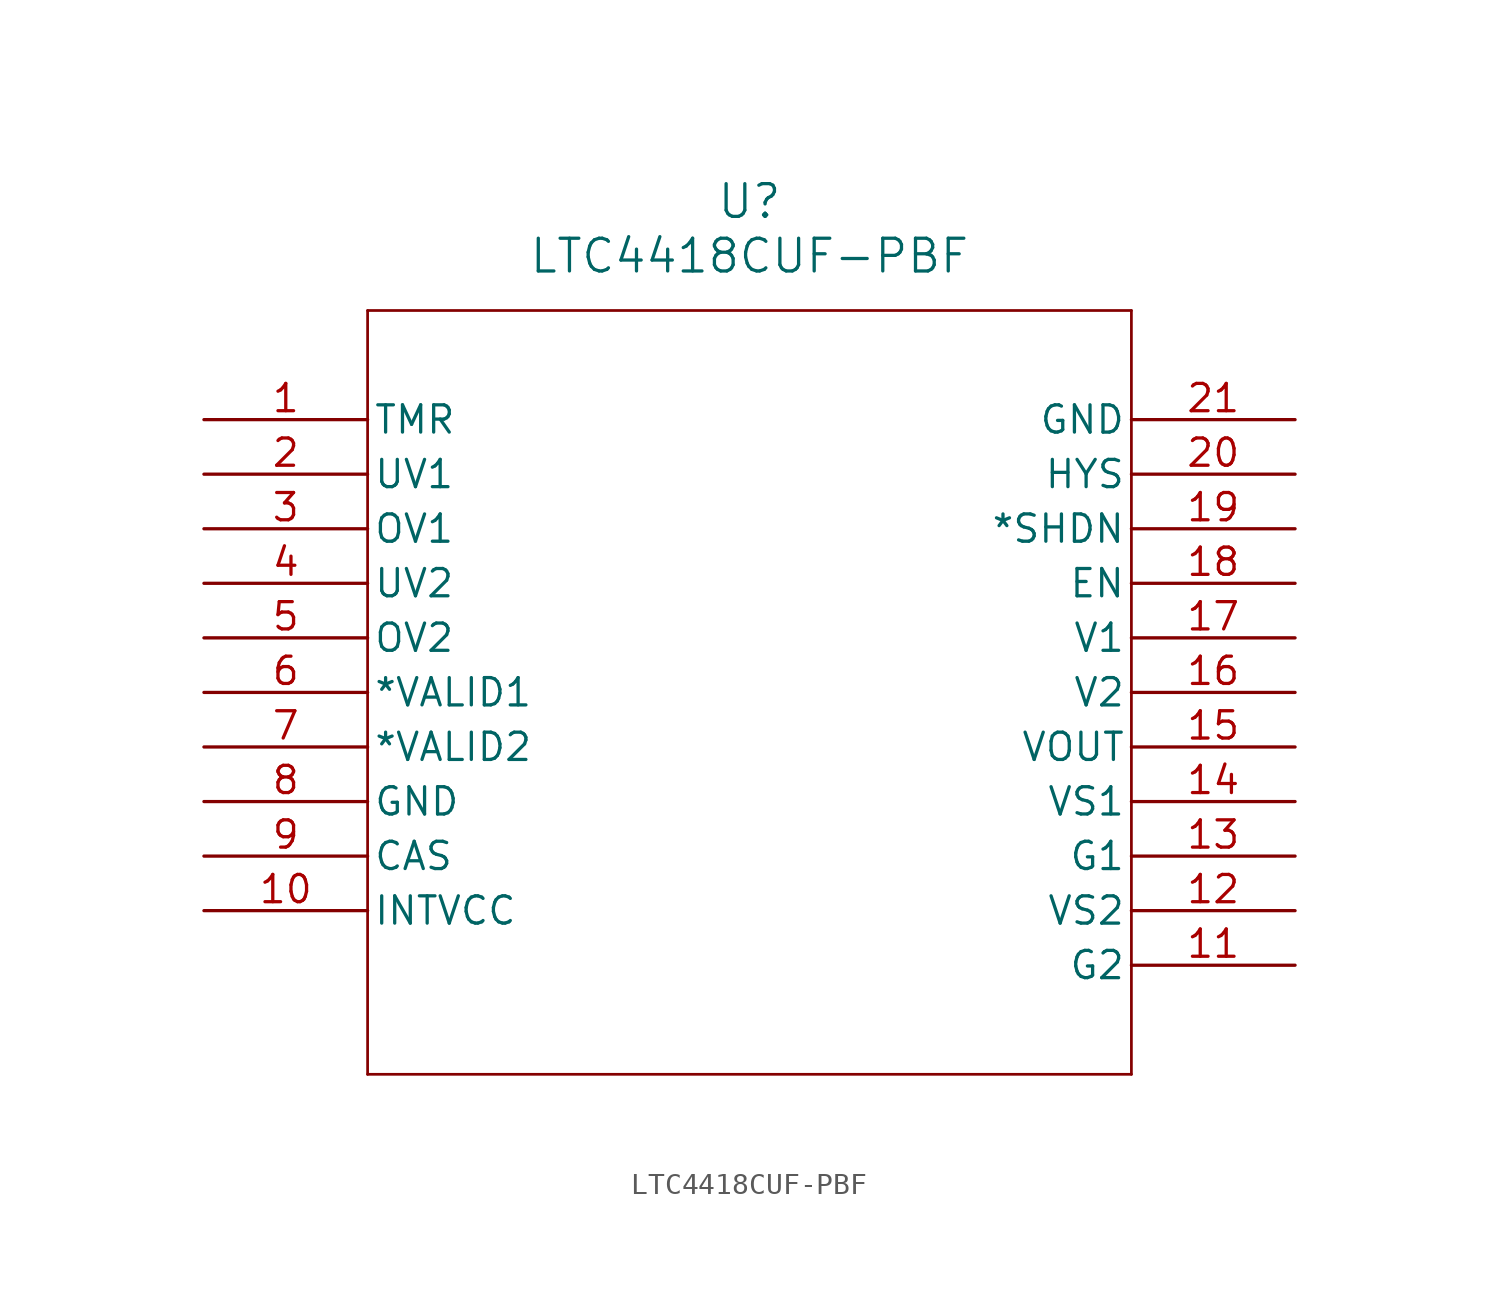
<source format=kicad_sym>
(kicad_symbol_lib
  (version 20211014)
  (generator kicad_symbol_editor)
  (symbol "LTC4418CUF-PBF"
    (pin_names
      (offset 0.254))
    (property "Reference" "U"
      (at 25.4 10.16 0)
      (effects (font (size 1.524 1.524))))
    (property "Value" "LTC4418CUF-PBF"
      (at 25.4 7.62 0)
      (effects (font (size 1.524 1.524))))
    (symbol "LTC4418CUF-PBF_0_1"
      (polyline (pts (xy 7.62 5.08) (xy 7.62 -30.48)) (stroke (width 0.127) (type default) (color 0 0 0 0)) (fill (type none)))
      (polyline (pts (xy 7.62 -30.48) (xy 43.18 -30.48)) (stroke (width 0.127) (type default) (color 0 0 0 0)) (fill (type none)))
      (polyline (pts (xy 43.18 -30.48) (xy 43.18 5.08)) (stroke (width 0.127) (type default) (color 0 0 0 0)) (fill (type none)))
      (polyline (pts (xy 43.18 5.08) (xy 7.62 5.08)) (stroke (width 0.127) (type default) (color 0 0 0 0)) (fill (type none)))
      (pin unspecified line (at 0 0 0) (length 7.62) (name "TMR" (effects (font (size 1.27 1.27)))) (number "1" (effects (font (size 1.27 1.27)))))
      (pin bidirectional line (at 0 -2.54 0) (length 7.62) (name "UV1" (effects (font (size 1.27 1.27)))) (number "2" (effects (font (size 1.27 1.27)))))
      (pin bidirectional line (at 0 -5.08 0) (length 7.62) (name "OV1" (effects (font (size 1.27 1.27)))) (number "3" (effects (font (size 1.27 1.27)))))
      (pin bidirectional line (at 0 -7.62 0) (length 7.62) (name "UV2" (effects (font (size 1.27 1.27)))) (number "4" (effects (font (size 1.27 1.27)))))
      (pin bidirectional line (at 0 -10.16 0) (length 7.62) (name "OV2" (effects (font (size 1.27 1.27)))) (number "5" (effects (font (size 1.27 1.27)))))
      (pin bidirectional line (at 0 -12.7 0) (length 7.62) (name "*VALID1" (effects (font (size 1.27 1.27)))) (number "6" (effects (font (size 1.27 1.27)))))
      (pin bidirectional line (at 0 -15.24 0) (length 7.62) (name "*VALID2" (effects (font (size 1.27 1.27)))) (number "7" (effects (font (size 1.27 1.27)))))
      (pin power_out line (at 0 -17.78 0) (length 7.62) (name "GND" (effects (font (size 1.27 1.27)))) (number "8" (effects (font (size 1.27 1.27)))))
      (pin unspecified line (at 0 -20.32 0) (length 7.62) (name "CAS" (effects (font (size 1.27 1.27)))) (number "9" (effects (font (size 1.27 1.27)))))
      (pin unspecified line (at 0 -22.86 0) (length 7.62) (name "INTVCC" (effects (font (size 1.27 1.27)))) (number "10" (effects (font (size 1.27 1.27)))))
      (pin bidirectional line (at 50.8 -25.4 180) (length 7.62) (name "G2" (effects (font (size 1.27 1.27)))) (number "11" (effects (font (size 1.27 1.27)))))
      (pin unspecified line (at 50.8 -22.86 180) (length 7.62) (name "VS2" (effects (font (size 1.27 1.27)))) (number "12" (effects (font (size 1.27 1.27)))))
      (pin bidirectional line (at 50.8 -20.32 180) (length 7.62) (name "G1" (effects (font (size 1.27 1.27)))) (number "13" (effects (font (size 1.27 1.27)))))
      (pin bidirectional line (at 50.8 -17.78 180) (length 7.62) (name "VS1" (effects (font (size 1.27 1.27)))) (number "14" (effects (font (size 1.27 1.27)))))
      (pin output line (at 50.8 -15.24 180) (length 7.62) (name "VOUT" (effects (font (size 1.27 1.27)))) (number "15" (effects (font (size 1.27 1.27)))))
      (pin bidirectional line (at 50.8 -12.7 180) (length 7.62) (name "V2" (effects (font (size 1.27 1.27)))) (number "16" (effects (font (size 1.27 1.27)))))
      (pin bidirectional line (at 50.8 -10.16 180) (length 7.62) (name "V1" (effects (font (size 1.27 1.27)))) (number "17" (effects (font (size 1.27 1.27)))))
      (pin unspecified line (at 50.8 -7.62 180) (length 7.62) (name "EN" (effects (font (size 1.27 1.27)))) (number "18" (effects (font (size 1.27 1.27)))))
      (pin unspecified line (at 50.8 -5.08 180) (length 7.62) (name "*SHDN" (effects (font (size 1.27 1.27)))) (number "19" (effects (font (size 1.27 1.27)))))
      (pin unspecified line (at 50.8 -2.54 180) (length 7.62) (name "HYS" (effects (font (size 1.27 1.27)))) (number "20" (effects (font (size 1.27 1.27)))))
      (pin power_out line (at 50.8 0 180) (length 7.62) (name "GND" (effects (font (size 1.27 1.27)))) (number "21" (effects (font (size 1.27 1.27))))))))
</source>
